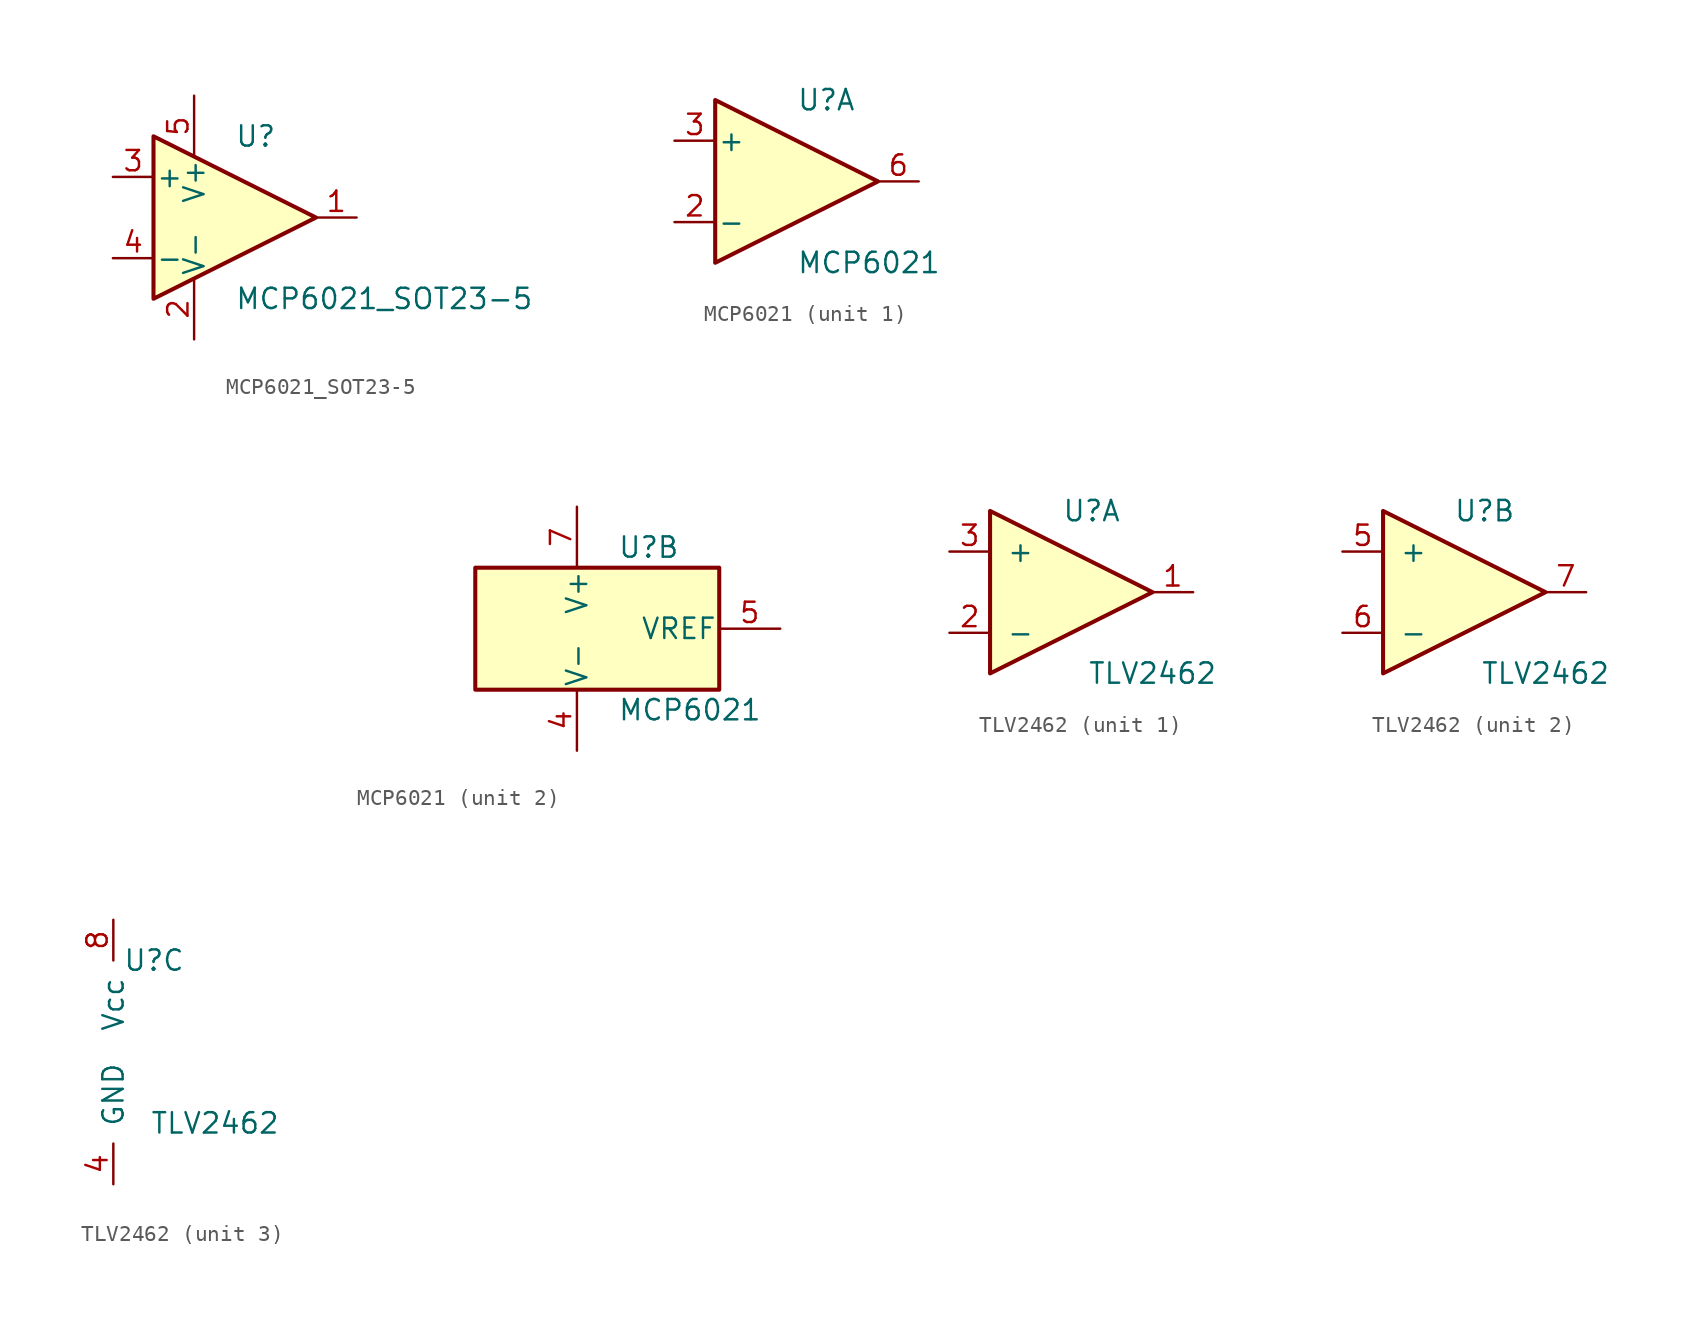
<source format=kicad_sym>
(kicad_symbol_lib
  (version 20211014)
  (generator kicad_symbol_editor)
  (symbol "MCP6021_SOT23-5"
    (pin_names
      (offset 0.127))
    (property "Reference" "U"
      (at 0 5.08 0)
      (effects (font (size 1.27 1.27)) (justify left)))
    (property "Value" "MCP6021_SOT23-5"
      (at 0 -5.08 0)
      (effects (font (size 1.27 1.27)) (justify left)))
    (symbol "MCP6021_SOT23-5_0_1"
      (polyline (pts (xy -5.08 5.08) (xy 5.08 0) (xy -5.08 -5.08) (xy -5.08 5.08)) (stroke (width 0.254) (type default) (color 0 0 0 0)) (fill (type background)))
      (pin power_in line (at -2.54 -7.62 90) (length 3.81) (name "V-" (effects (font (size 1.27 1.27)))) (number "2" (effects (font (size 1.27 1.27)))))
      (pin power_in line (at -2.54 7.62 270) (length 3.81) (name "V+" (effects (font (size 1.27 1.27)))) (number "5" (effects (font (size 1.27 1.27))))))
    (symbol "MCP6021_SOT23-5_1_1"
      (pin output line (at 7.62 0 180) (length 2.54) (name "~" (effects (font (size 1.27 1.27)))) (number "1" (effects (font (size 1.27 1.27)))))
      (pin input line (at -7.62 2.54 0) (length 2.54) (name "+" (effects (font (size 1.27 1.27)))) (number "3" (effects (font (size 1.27 1.27)))))
      (pin input line (at -7.62 -2.54 0) (length 2.54) (name "-" (effects (font (size 1.27 1.27)))) (number "4" (effects (font (size 1.27 1.27)))))))
  (symbol "MCP6021"
    (pin_names
      (offset 0.127))
    (property "Reference" "U"
      (at 0 5.08 0)
      (effects (font (size 1.27 1.27)) (justify left)))
    (property "Value" "MCP6021"
      (at 0 -5.08 0)
      (effects (font (size 1.27 1.27)) (justify left)))
    (symbol "MCP6021_1_1"
      (polyline (pts (xy -5.08 5.08) (xy 5.08 0) (xy -5.08 -5.08) (xy -5.08 5.08)) (stroke (width 0.254) (type default) (color 0 0 0 0)) (fill (type background)))
      (pin input line (at -7.62 -2.54 0) (length 2.54) (name "-" (effects (font (size 1.27 1.27)))) (number "2" (effects (font (size 1.27 1.27)))))
      (pin input line (at -7.62 2.54 0) (length 2.54) (name "+" (effects (font (size 1.27 1.27)))) (number "3" (effects (font (size 1.27 1.27)))))
      (pin output line (at 7.62 0 180) (length 2.54) (name "~" (effects (font (size 1.27 1.27)))) (number "6" (effects (font (size 1.27 1.27))))))
    (symbol "MCP6021_2_1"
      (rectangle (start -8.89 3.81) (end 6.35 -3.81) (stroke (width 0.254) (type default) (color 0 0 0 0)) (fill (type background)))
      (pin no_connect line (at -26.67 0 180) (length 3.81) hide (name "NC" (effects (font (size 1.27 1.27)))) (number "1" (effects (font (size 1.27 1.27)))))
      (pin power_in line (at -2.54 -7.62 90) (length 3.81) (name "V-" (effects (font (size 1.27 1.27)))) (number "4" (effects (font (size 1.27 1.27)))))
      (pin power_in line (at 10.16 0 180) (length 3.81) (name "VREF" (effects (font (size 1.27 1.27)))) (number "5" (effects (font (size 1.27 1.27)))))
      (pin power_in line (at -2.54 7.62 270) (length 3.81) (name "V+" (effects (font (size 1.27 1.27)))) (number "7" (effects (font (size 1.27 1.27)))))
      (pin no_connect line (at -26.67 -2.54 180) (length 3.81) hide (name "NC" (effects (font (size 1.27 1.27)))) (number "8" (effects (font (size 1.27 1.27)))))))
  (symbol "TLV2462"
    (pin_names
      (offset 1.016))
    (property "Reference" "U"
      (at 2.54 5.08 0)
      (effects (font (size 1.27 1.27))))
    (property "Value" "TLV2462"
      (at 6.35 -5.08 0)
      (effects (font (size 1.27 1.27))))
    (symbol "TLV2462_1_1"
      (polyline (pts (xy -3.81 5.08) (xy 6.35 0) (xy -3.81 -5.08) (xy -3.81 5.08)) (stroke (width 0.254) (type default) (color 0 0 0 0)) (fill (type background)))
      (pin output line (at 8.89 0 180) (length 2.54) (name "~" (effects (font (size 1.27 1.27)))) (number "1" (effects (font (size 1.27 1.27)))))
      (pin input line (at -6.35 -2.54 0) (length 2.54) (name "-" (effects (font (size 1.27 1.27)))) (number "2" (effects (font (size 1.27 1.27)))))
      (pin input line (at -6.35 2.54 0) (length 2.54) (name "+" (effects (font (size 1.27 1.27)))) (number "3" (effects (font (size 1.27 1.27))))))
    (symbol "TLV2462_2_1"
      (polyline (pts (xy -3.81 5.08) (xy 6.35 0) (xy -3.81 -5.08) (xy -3.81 5.08)) (stroke (width 0.254) (type default) (color 0 0 0 0)) (fill (type background)))
      (pin input line (at -6.35 2.54 0) (length 2.54) (name "+" (effects (font (size 1.27 1.27)))) (number "5" (effects (font (size 1.27 1.27)))))
      (pin input line (at -6.35 -2.54 0) (length 2.54) (name "-" (effects (font (size 1.27 1.27)))) (number "6" (effects (font (size 1.27 1.27)))))
      (pin output line (at 8.89 0 180) (length 2.54) (name "~" (effects (font (size 1.27 1.27)))) (number "7" (effects (font (size 1.27 1.27))))))
    (symbol "TLV2462_3_1"
      (pin power_in line (at 0 -8.89 90) (length 2.54) (name "GND" (effects (font (size 1.27 1.27)))) (number "4" (effects (font (size 1.27 1.27)))))
      (pin power_in line (at 0 7.62 270) (length 2.54) (name "Vcc" (effects (font (size 1.27 1.27)))) (number "8" (effects (font (size 1.27 1.27))))))))
</source>
